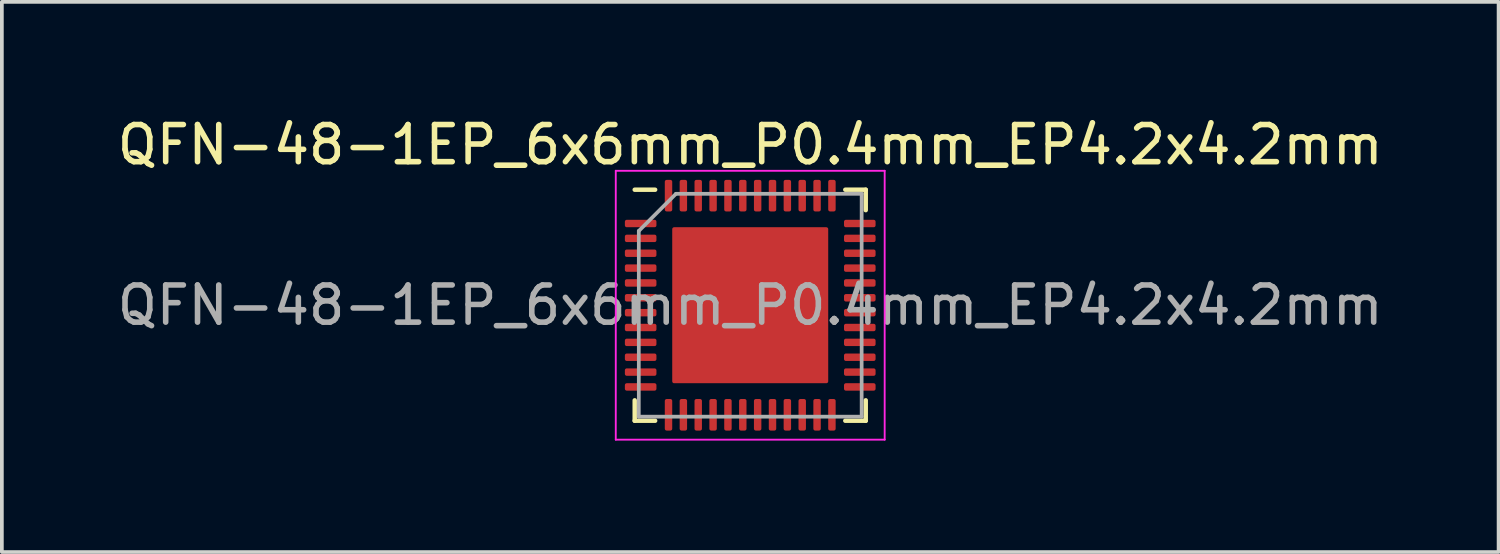
<source format=kicad_pcb>
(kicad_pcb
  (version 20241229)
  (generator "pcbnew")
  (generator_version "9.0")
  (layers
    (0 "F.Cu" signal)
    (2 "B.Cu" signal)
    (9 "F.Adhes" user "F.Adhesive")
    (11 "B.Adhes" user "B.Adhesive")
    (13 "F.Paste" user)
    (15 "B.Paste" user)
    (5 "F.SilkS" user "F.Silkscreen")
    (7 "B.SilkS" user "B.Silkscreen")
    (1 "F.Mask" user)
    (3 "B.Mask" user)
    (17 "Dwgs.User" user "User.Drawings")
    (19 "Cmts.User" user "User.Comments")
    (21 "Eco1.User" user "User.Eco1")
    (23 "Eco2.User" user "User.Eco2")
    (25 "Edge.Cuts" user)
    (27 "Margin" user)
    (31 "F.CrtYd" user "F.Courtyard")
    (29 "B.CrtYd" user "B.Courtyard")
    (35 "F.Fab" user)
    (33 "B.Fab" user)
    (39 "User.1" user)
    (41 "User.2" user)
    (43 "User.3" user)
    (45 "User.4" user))
  (footprint "QFN-48-1EP_6x6mm_P0.4mm_EP4.2x4.2mm"
    (layer "F.Cu")
    (at 17.149 5.168)
    (property "Reference" "QFN-48-1EP_6x6mm_P0.4mm_EP4.2x4.2mm" (at 0 -4.32 0) (layer "F.SilkS") (effects (font (size 1 1) (thickness 0.15))))
    (attr smd)
    (fp_line (start -3.11 3.11) (end -3.11 2.56) (stroke (width 0.12) (type solid)) (layer "F.SilkS"))
    (fp_line (start -2.56 -3.11) (end -3.11 -3.11) (stroke (width 0.12) (type solid)) (layer "F.SilkS"))
    (fp_line (start -2.56 3.11) (end -3.11 3.11) (stroke (width 0.12) (type solid)) (layer "F.SilkS"))
    (fp_line (start 2.56 -3.11) (end 3.11 -3.11) (stroke (width 0.12) (type solid)) (layer "F.SilkS"))
    (fp_line (start 2.56 3.11) (end 3.11 3.11) (stroke (width 0.12) (type solid)) (layer "F.SilkS"))
    (fp_line (start 3.11 -3.11) (end 3.11 -2.56) (stroke (width 0.12) (type solid)) (layer "F.SilkS"))
    (fp_line (start 3.11 3.11) (end 3.11 2.56) (stroke (width 0.12) (type solid)) (layer "F.SilkS"))
    (fp_line (start -3.62 -3.62) (end -3.62 3.62) (stroke (width 0.05) (type solid)) (layer "F.CrtYd"))
    (fp_line (start -3.62 3.62) (end 3.62 3.62) (stroke (width 0.05) (type solid)) (layer "F.CrtYd"))
    (fp_line (start 3.62 -3.62) (end -3.62 -3.62) (stroke (width 0.05) (type solid)) (layer "F.CrtYd"))
    (fp_line (start 3.62 3.62) (end 3.62 -3.62) (stroke (width 0.05) (type solid)) (layer "F.CrtYd"))
    (fp_line (start -3 -2) (end -2 -3) (stroke (width 0.1) (type solid)) (layer "F.Fab"))
    (fp_line (start -3 3) (end -3 -2) (stroke (width 0.1) (type solid)) (layer "F.Fab"))
    (fp_line (start -2 -3) (end 3 -3) (stroke (width 0.1) (type solid)) (layer "F.Fab"))
    (fp_line (start 3 -3) (end 3 3) (stroke (width 0.1) (type solid)) (layer "F.Fab"))
    (fp_line (start 3 3) (end -3 3) (stroke (width 0.1) (type solid)) (layer "F.Fab"))
    (fp_text user "${REFERENCE}" (at 0 0 0) (layer "F.Fab") (effects (font (size 1 1) (thickness 0.15))))
    (pad "" smd roundrect (at -1.4 -1.4) (size 1.13 1.13) (layers "F.Paste") (roundrect_rratio 0.221))
    (pad "" smd roundrect (at -1.4 0) (size 1.13 1.13) (layers "F.Paste") (roundrect_rratio 0.221))
    (pad "" smd roundrect (at -1.4 1.4) (size 1.13 1.13) (layers "F.Paste") (roundrect_rratio 0.221))
    (pad "" smd roundrect (at 0 -1.4) (size 1.13 1.13) (layers "F.Paste") (roundrect_rratio 0.221))
    (pad "" smd roundrect (at 0 0) (size 1.13 1.13) (layers "F.Paste") (roundrect_rratio 0.221))
    (pad "" smd roundrect (at 0 1.4) (size 1.13 1.13) (layers "F.Paste") (roundrect_rratio 0.221))
    (pad "" smd roundrect (at 1.4 -1.4) (size 1.13 1.13) (layers "F.Paste") (roundrect_rratio 0.221))
    (pad "" smd roundrect (at 1.4 0) (size 1.13 1.13) (layers "F.Paste") (roundrect_rratio 0.221))
    (pad "" smd roundrect (at 1.4 1.4) (size 1.13 1.13) (layers "F.Paste") (roundrect_rratio 0.221))
    (pad "1" smd roundrect (at -2.95 -2.2) (size 0.85 0.2) (layers "F.Cu" "F.Mask" "F.Paste") (roundrect_rratio 0.25))
    (pad "2" smd roundrect (at -2.95 -1.8) (size 0.85 0.2) (layers "F.Cu" "F.Mask" "F.Paste") (roundrect_rratio 0.25))
    (pad "3" smd roundrect (at -2.95 -1.4) (size 0.85 0.2) (layers "F.Cu" "F.Mask" "F.Paste") (roundrect_rratio 0.25))
    (pad "4" smd roundrect (at -2.95 -1) (size 0.85 0.2) (layers "F.Cu" "F.Mask" "F.Paste") (roundrect_rratio 0.25))
    (pad "5" smd roundrect (at -2.95 -0.6) (size 0.85 0.2) (layers "F.Cu" "F.Mask" "F.Paste") (roundrect_rratio 0.25))
    (pad "6" smd roundrect (at -2.95 -0.2) (size 0.85 0.2) (layers "F.Cu" "F.Mask" "F.Paste") (roundrect_rratio 0.25))
    (pad "7" smd roundrect (at -2.95 0.2) (size 0.85 0.2) (layers "F.Cu" "F.Mask" "F.Paste") (roundrect_rratio 0.25))
    (pad "8" smd roundrect (at -2.95 0.6) (size 0.85 0.2) (layers "F.Cu" "F.Mask" "F.Paste") (roundrect_rratio 0.25))
    (pad "9" smd roundrect (at -2.95 1) (size 0.85 0.2) (layers "F.Cu" "F.Mask" "F.Paste") (roundrect_rratio 0.25))
    (pad "10" smd roundrect (at -2.95 1.4) (size 0.85 0.2) (layers "F.Cu" "F.Mask" "F.Paste") (roundrect_rratio 0.25))
    (pad "11" smd roundrect (at -2.95 1.8) (size 0.85 0.2) (layers "F.Cu" "F.Mask" "F.Paste") (roundrect_rratio 0.25))
    (pad "12" smd roundrect (at -2.95 2.2) (size 0.85 0.2) (layers "F.Cu" "F.Mask" "F.Paste") (roundrect_rratio 0.25))
    (pad "13" smd roundrect (at -2.2 2.95) (size 0.2 0.85) (layers "F.Cu" "F.Mask" "F.Paste") (roundrect_rratio 0.25))
    (pad "14" smd roundrect (at -1.8 2.95) (size 0.2 0.85) (layers "F.Cu" "F.Mask" "F.Paste") (roundrect_rratio 0.25))
    (pad "15" smd roundrect (at -1.4 2.95) (size 0.2 0.85) (layers "F.Cu" "F.Mask" "F.Paste") (roundrect_rratio 0.25))
    (pad "16" smd roundrect (at -1 2.95) (size 0.2 0.85) (layers "F.Cu" "F.Mask" "F.Paste") (roundrect_rratio 0.25))
    (pad "17" smd roundrect (at -0.6 2.95) (size 0.2 0.85) (layers "F.Cu" "F.Mask" "F.Paste") (roundrect_rratio 0.25))
    (pad "18" smd roundrect (at -0.2 2.95) (size 0.2 0.85) (layers "F.Cu" "F.Mask" "F.Paste") (roundrect_rratio 0.25))
    (pad "19" smd roundrect (at 0.2 2.95) (size 0.2 0.85) (layers "F.Cu" "F.Mask" "F.Paste") (roundrect_rratio 0.25))
    (pad "20" smd roundrect (at 0.6 2.95) (size 0.2 0.85) (layers "F.Cu" "F.Mask" "F.Paste") (roundrect_rratio 0.25))
    (pad "21" smd roundrect (at 1 2.95) (size 0.2 0.85) (layers "F.Cu" "F.Mask" "F.Paste") (roundrect_rratio 0.25))
    (pad "22" smd roundrect (at 1.4 2.95) (size 0.2 0.85) (layers "F.Cu" "F.Mask" "F.Paste") (roundrect_rratio 0.25))
    (pad "23" smd roundrect (at 1.8 2.95) (size 0.2 0.85) (layers "F.Cu" "F.Mask" "F.Paste") (roundrect_rratio 0.25))
    (pad "24" smd roundrect (at 2.2 2.95) (size 0.2 0.85) (layers "F.Cu" "F.Mask" "F.Paste") (roundrect_rratio 0.25))
    (pad "25" smd roundrect (at 2.95 2.2) (size 0.85 0.2) (layers "F.Cu" "F.Mask" "F.Paste") (roundrect_rratio 0.25))
    (pad "26" smd roundrect (at 2.95 1.8) (size 0.85 0.2) (layers "F.Cu" "F.Mask" "F.Paste") (roundrect_rratio 0.25))
    (pad "27" smd roundrect (at 2.95 1.4) (size 0.85 0.2) (layers "F.Cu" "F.Mask" "F.Paste") (roundrect_rratio 0.25))
    (pad "28" smd roundrect (at 2.95 1) (size 0.85 0.2) (layers "F.Cu" "F.Mask" "F.Paste") (roundrect_rratio 0.25))
    (pad "29" smd roundrect (at 2.95 0.6) (size 0.85 0.2) (layers "F.Cu" "F.Mask" "F.Paste") (roundrect_rratio 0.25))
    (pad "30" smd roundrect (at 2.95 0.2) (size 0.85 0.2) (layers "F.Cu" "F.Mask" "F.Paste") (roundrect_rratio 0.25))
    (pad "31" smd roundrect (at 2.95 -0.2) (size 0.85 0.2) (layers "F.Cu" "F.Mask" "F.Paste") (roundrect_rratio 0.25))
    (pad "32" smd roundrect (at 2.95 -0.6) (size 0.85 0.2) (layers "F.Cu" "F.Mask" "F.Paste") (roundrect_rratio 0.25))
    (pad "33" smd roundrect (at 2.95 -1) (size 0.85 0.2) (layers "F.Cu" "F.Mask" "F.Paste") (roundrect_rratio 0.25))
    (pad "34" smd roundrect (at 2.95 -1.4) (size 0.85 0.2) (layers "F.Cu" "F.Mask" "F.Paste") (roundrect_rratio 0.25))
    (pad "35" smd roundrect (at 2.95 -1.8) (size 0.85 0.2) (layers "F.Cu" "F.Mask" "F.Paste") (roundrect_rratio 0.25))
    (pad "36" smd roundrect (at 2.95 -2.2) (size 0.85 0.2) (layers "F.Cu" "F.Mask" "F.Paste") (roundrect_rratio 0.25))
    (pad "37" smd roundrect (at 2.2 -2.95) (size 0.2 0.85) (layers "F.Cu" "F.Mask" "F.Paste") (roundrect_rratio 0.25))
    (pad "38" smd roundrect (at 1.8 -2.95) (size 0.2 0.85) (layers "F.Cu" "F.Mask" "F.Paste") (roundrect_rratio 0.25))
    (pad "39" smd roundrect (at 1.4 -2.95) (size 0.2 0.85) (layers "F.Cu" "F.Mask" "F.Paste") (roundrect_rratio 0.25))
    (pad "40" smd roundrect (at 1 -2.95) (size 0.2 0.85) (layers "F.Cu" "F.Mask" "F.Paste") (roundrect_rratio 0.25))
    (pad "41" smd roundrect (at 0.6 -2.95) (size 0.2 0.85) (layers "F.Cu" "F.Mask" "F.Paste") (roundrect_rratio 0.25))
    (pad "42" smd roundrect (at 0.2 -2.95) (size 0.2 0.85) (layers "F.Cu" "F.Mask" "F.Paste") (roundrect_rratio 0.25))
    (pad "43" smd roundrect (at -0.2 -2.95) (size 0.2 0.85) (layers "F.Cu" "F.Mask" "F.Paste") (roundrect_rratio 0.25))
    (pad "44" smd roundrect (at -0.6 -2.95) (size 0.2 0.85) (layers "F.Cu" "F.Mask" "F.Paste") (roundrect_rratio 0.25))
    (pad "45" smd roundrect (at -1 -2.95) (size 0.2 0.85) (layers "F.Cu" "F.Mask" "F.Paste") (roundrect_rratio 0.25))
    (pad "46" smd roundrect (at -1.4 -2.95) (size 0.2 0.85) (layers "F.Cu" "F.Mask" "F.Paste") (roundrect_rratio 0.25))
    (pad "47" smd roundrect (at -1.8 -2.95) (size 0.2 0.85) (layers "F.Cu" "F.Mask" "F.Paste") (roundrect_rratio 0.25))
    (pad "48" smd roundrect (at -2.2 -2.95) (size 0.2 0.85) (layers "F.Cu" "F.Mask" "F.Paste") (roundrect_rratio 0.25))
    (pad "49" smd roundrect (at 0 0) (size 4.2 4.2) (layers "F.Cu" "F.Mask") (roundrect_rratio 0.012)))
  (gr_rect
    (start -3 -3)
    (end 37.298 11.813)
    (stroke (width 0.1) (type default))
    (fill no)
    (layer "Edge.Cuts")))
</source>
